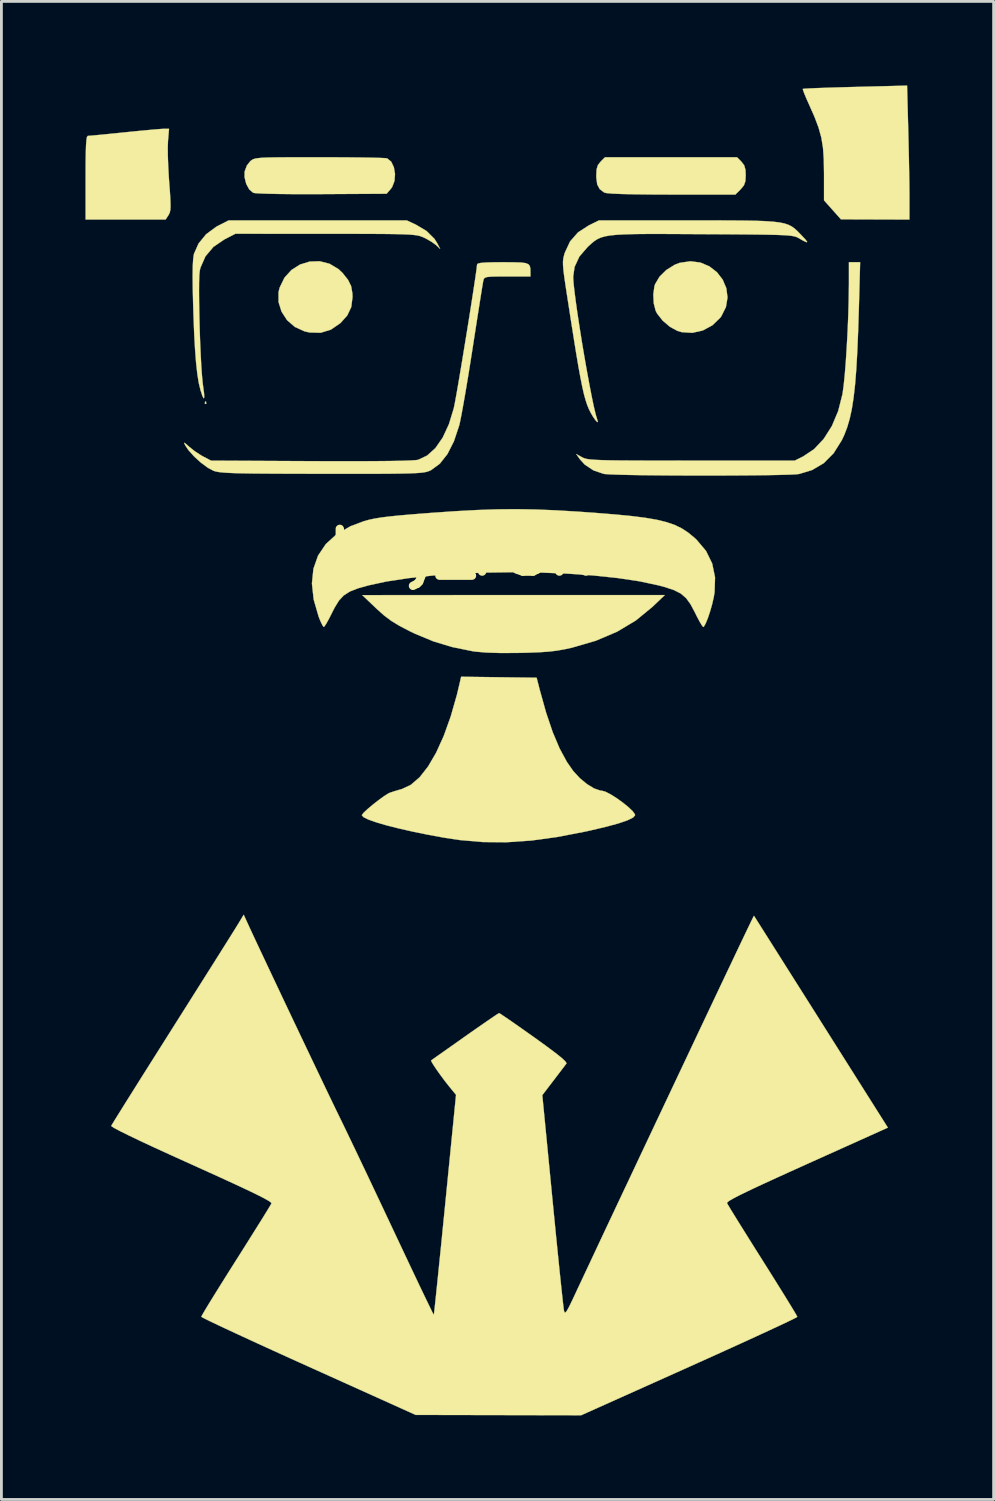
<source format=kicad_pcb>
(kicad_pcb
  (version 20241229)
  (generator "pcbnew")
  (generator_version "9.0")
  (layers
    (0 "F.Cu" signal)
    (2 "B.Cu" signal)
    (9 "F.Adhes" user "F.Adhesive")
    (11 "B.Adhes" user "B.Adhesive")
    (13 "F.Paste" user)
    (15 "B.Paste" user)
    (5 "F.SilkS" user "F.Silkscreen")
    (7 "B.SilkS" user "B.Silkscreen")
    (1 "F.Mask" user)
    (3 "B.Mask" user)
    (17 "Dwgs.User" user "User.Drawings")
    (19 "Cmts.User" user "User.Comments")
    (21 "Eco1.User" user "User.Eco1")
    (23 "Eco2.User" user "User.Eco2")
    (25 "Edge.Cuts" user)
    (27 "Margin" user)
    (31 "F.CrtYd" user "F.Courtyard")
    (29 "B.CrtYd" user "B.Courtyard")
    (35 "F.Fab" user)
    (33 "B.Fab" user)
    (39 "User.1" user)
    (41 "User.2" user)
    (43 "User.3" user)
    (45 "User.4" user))
  (footprint "boy_FSilk2"
    (layer "F.Cu")
    (at 14.737 16.659)
    (property "Reference" "boy_FSilk2" (at 0 0 0) (layer "F.SilkS") (effects (font (size 1.524 1.524) (thickness 0.3))))
    (attr through_hole)
    (fp_poly (pts (xy -10.435 -5.376) (xy -10.428 -5.301) (xy -10.435 -5.292) (xy -10.473 -5.3) (xy -10.477 -5.334) (xy -10.454 -5.386) (xy -10.435 -5.376)) (stroke (width 0.01) (type solid)) (fill yes) (layer "F.SilkS"))
    (fp_poly (pts (xy -6.027 -10.296) (xy -5.705 -10.104) (xy -5.561 -9.967) (xy -5.365 -9.72) (xy -5.255 -9.494) (xy -5.211 -9.237) (xy -5.207 -9.106) (xy -5.251 -8.753) (xy -5.393 -8.452) (xy -5.637 -8.18) (xy -5.978 -7.945) (xy -6.344 -7.833) (xy -6.742 -7.844) (xy -6.921 -7.885) (xy -7.263 -8.041) (xy -7.541 -8.282) (xy -7.739 -8.586) (xy -7.846 -8.927) (xy -7.847 -9.282) (xy -7.809 -9.441) (xy -7.636 -9.798) (xy -7.385 -10.075) (xy -7.078 -10.269) (xy -6.734 -10.374) (xy -6.377 -10.385) (xy -6.027 -10.296)) (stroke (width 0.01) (type solid)) (fill yes) (layer "F.SilkS"))
    (fp_poly (pts (xy 8.671 -13.941) (xy 8.771 -13.811) (xy 8.817 -13.65) (xy 8.826 -13.46) (xy 8.814 -13.243) (xy 8.762 -13.095) (xy 8.649 -12.958) (xy 8.641 -12.949) (xy 8.455 -12.764) (xy 6.18 -12.765) (xy 5.466 -12.768) (xy 4.877 -12.775) (xy 4.415 -12.785) (xy 4.077 -12.799) (xy 3.863 -12.818) (xy 3.778 -12.837) (xy 3.615 -12.96) (xy 3.526 -13.127) (xy 3.494 -13.373) (xy 3.493 -13.445) (xy 3.505 -13.671) (xy 3.553 -13.821) (xy 3.648 -13.941) (xy 3.804 -14.097) (xy 8.515 -14.097) (xy 8.671 -13.941)) (stroke (width 0.01) (type solid)) (fill yes) (layer "F.SilkS"))
    (fp_poly (pts (xy 5.489 1.955) (xy 4.902 2.436) (xy 4.234 2.835) (xy 3.477 3.157) (xy 2.624 3.405) (xy 2.338 3.467) (xy 2.071 3.513) (xy 1.791 3.546) (xy 1.466 3.568) (xy 1.066 3.584) (xy 0.762 3.591) (xy 0.107 3.596) (xy -0.424 3.58) (xy -0.83 3.545) (xy -0.921 3.531) (xy -1.651 3.382) (xy -2.316 3.181) (xy -2.97 2.91) (xy -3.16 2.819) (xy -3.527 2.628) (xy -3.818 2.452) (xy -4.074 2.26) (xy -4.338 2.025) (xy -4.367 1.997) (xy -4.858 1.529) (xy 5.937 1.528) (xy 5.489 1.955)) (stroke (width 0.01) (type solid)) (fill yes) (layer "F.SilkS"))
    (fp_poly (pts (xy 7.212 -10.338) (xy 7.531 -10.202) (xy 7.799 -9.994) (xy 8.004 -9.729) (xy 8.134 -9.423) (xy 8.176 -9.092) (xy 8.12 -8.753) (xy 7.954 -8.42) (xy 7.918 -8.372) (xy 7.636 -8.099) (xy 7.294 -7.916) (xy 6.92 -7.831) (xy 6.544 -7.855) (xy 6.39 -7.9) (xy 6.118 -8.048) (xy 5.862 -8.267) (xy 5.666 -8.515) (xy 5.612 -8.618) (xy 5.544 -8.884) (xy 5.528 -9.197) (xy 5.567 -9.488) (xy 5.592 -9.568) (xy 5.749 -9.834) (xy 5.995 -10.076) (xy 6.292 -10.261) (xy 6.466 -10.328) (xy 6.853 -10.385) (xy 7.212 -10.338)) (stroke (width 0.01) (type solid)) (fill yes) (layer "F.SilkS"))
    (fp_poly (pts (xy 14.626 -15.074) (xy 14.638 -14.58) (xy 14.649 -14.076) (xy 14.658 -13.592) (xy 14.665 -13.16) (xy 14.668 -12.809) (xy 14.668 -12.684) (xy 14.668 -11.874) (xy 13.446 -11.878) (xy 12.224 -11.882) (xy 11.922 -12.221) (xy 11.62 -12.56) (xy 11.62 -13.528) (xy 11.612 -14.028) (xy 11.583 -14.441) (xy 11.523 -14.805) (xy 11.425 -15.158) (xy 11.281 -15.54) (xy 11.097 -15.955) (xy 10.989 -16.196) (xy 10.909 -16.389) (xy 10.867 -16.51) (xy 10.865 -16.536) (xy 10.932 -16.544) (xy 11.111 -16.554) (xy 11.384 -16.566) (xy 11.736 -16.578) (xy 12.151 -16.591) (xy 12.613 -16.604) (xy 12.737 -16.607) (xy 14.584 -16.654) (xy 14.626 -15.074)) (stroke (width 0.01) (type solid)) (fill yes) (layer "F.SilkS"))
    (fp_poly (pts (xy -11.792 -14.675) (xy -11.8 -14.455) (xy -11.797 -14.143) (xy -11.784 -13.775) (xy -11.762 -13.385) (xy -11.75 -13.213) (xy -11.721 -12.825) (xy -11.705 -12.542) (xy -11.7 -12.344) (xy -11.709 -12.209) (xy -11.731 -12.116) (xy -11.767 -12.044) (xy -11.774 -12.032) (xy -11.877 -11.874) (xy -14.732 -11.874) (xy -14.732 -13.367) (xy -14.731 -13.859) (xy -14.726 -14.236) (xy -14.717 -14.512) (xy -14.704 -14.698) (xy -14.686 -14.809) (xy -14.661 -14.855) (xy -14.65 -14.859) (xy -14.564 -14.865) (xy -14.372 -14.883) (xy -14.096 -14.909) (xy -13.756 -14.943) (xy -13.373 -14.982) (xy -13.335 -14.986) (xy -12.942 -15.026) (xy -12.582 -15.06) (xy -12.278 -15.088) (xy -12.054 -15.106) (xy -11.932 -15.113) (xy -11.929 -15.113) (xy -11.755 -15.113) (xy -11.792 -14.675)) (stroke (width 0.01) (type solid)) (fill yes) (layer "F.SilkS"))
    (fp_poly (pts (xy -5.851 -14.096) (xy -5.356 -14.093) (xy -4.914 -14.088) (xy -4.539 -14.082) (xy -4.247 -14.075) (xy -4.053 -14.066) (xy -3.972 -14.058) (xy -3.826 -13.94) (xy -3.731 -13.741) (xy -3.69 -13.498) (xy -3.709 -13.25) (xy -3.793 -13.033) (xy -3.836 -12.973) (xy -3.989 -12.795) (xy -6.297 -12.782) (xy -6.867 -12.781) (xy -7.386 -12.782) (xy -7.842 -12.787) (xy -8.219 -12.795) (xy -8.506 -12.805) (xy -8.69 -12.818) (xy -8.75 -12.829) (xy -8.891 -12.947) (xy -9 -13.147) (xy -9.059 -13.386) (xy -9.057 -13.586) (xy -8.976 -13.803) (xy -8.857 -13.954) (xy -8.812 -13.991) (xy -8.762 -14.021) (xy -8.696 -14.045) (xy -8.599 -14.063) (xy -8.458 -14.077) (xy -8.262 -14.086) (xy -7.996 -14.092) (xy -7.647 -14.095) (xy -7.203 -14.097) (xy -6.65 -14.097) (xy -6.383 -14.097) (xy -5.851 -14.096)) (stroke (width 0.01) (type solid)) (fill yes) (layer "F.SilkS"))
    (fp_poly (pts (xy 0.017 4.46) (xy 1.364 4.477) (xy 1.478 4.921) (xy 1.704 5.73) (xy 1.938 6.421) (xy 2.184 7.002) (xy 2.444 7.483) (xy 2.67 7.807) (xy 2.903 8.06) (xy 3.161 8.274) (xy 3.416 8.429) (xy 3.637 8.505) (xy 3.69 8.509) (xy 3.821 8.545) (xy 4.008 8.642) (xy 4.225 8.779) (xy 4.446 8.938) (xy 4.645 9.1) (xy 4.796 9.245) (xy 4.873 9.355) (xy 4.878 9.385) (xy 4.803 9.47) (xy 4.606 9.566) (xy 4.287 9.675) (xy 3.843 9.796) (xy 3.275 9.93) (xy 3.121 9.964) (xy 2.102 10.161) (xy 1.166 10.289) (xy 0.287 10.349) (xy -0.556 10.342) (xy -1.389 10.269) (xy -1.926 10.188) (xy -2.52 10.079) (xy -3.072 9.966) (xy -3.573 9.852) (xy -4.009 9.741) (xy -4.369 9.635) (xy -4.641 9.539) (xy -4.813 9.454) (xy -4.874 9.385) (xy -4.872 9.376) (xy -4.809 9.295) (xy -4.669 9.164) (xy -4.483 9.007) (xy -4.278 8.847) (xy -4.084 8.706) (xy -3.929 8.608) (xy -3.873 8.582) (xy -3.709 8.527) (xy -3.499 8.465) (xy -3.447 8.451) (xy -3.125 8.3) (xy -2.811 8.029) (xy -2.509 7.644) (xy -2.221 7.15) (xy -1.951 6.555) (xy -1.703 5.863) (xy -1.48 5.083) (xy -1.37 4.618) (xy -1.33 4.442) (xy 0.017 4.46)) (stroke (width 0.01) (type solid)) (fill yes) (layer "F.SilkS"))
    (fp_poly (pts (xy -2.953 -11.696) (xy -2.567 -11.467) (xy -2.282 -11.185) (xy -2.177 -11.017) (xy -2.079 -10.827) (xy -2.23 -10.966) (xy -2.382 -11.078) (xy -2.586 -11.195) (xy -2.667 -11.234) (xy -2.735 -11.263) (xy -2.809 -11.288) (xy -2.898 -11.308) (xy -3.015 -11.324) (xy -3.17 -11.337) (xy -3.376 -11.347) (xy -3.642 -11.354) (xy -3.981 -11.359) (xy -4.404 -11.362) (xy -4.921 -11.364) (xy -5.545 -11.365) (xy -6.17 -11.365) (xy -9.387 -11.367) (xy -9.789 -11.159) (xy -10.172 -10.897) (xy -10.455 -10.561) (xy -10.632 -10.159) (xy -10.657 -10.057) (xy -10.673 -9.906) (xy -10.682 -9.649) (xy -10.684 -9.307) (xy -10.681 -8.9) (xy -10.673 -8.451) (xy -10.661 -7.98) (xy -10.645 -7.507) (xy -10.625 -7.054) (xy -10.603 -6.641) (xy -10.578 -6.29) (xy -10.552 -6.022) (xy -10.539 -5.927) (xy -10.504 -5.668) (xy -10.499 -5.523) (xy -10.519 -5.492) (xy -10.565 -5.581) (xy -10.632 -5.788) (xy -10.693 -6.041) (xy -10.744 -6.358) (xy -10.788 -6.748) (xy -10.825 -7.225) (xy -10.857 -7.799) (xy -10.883 -8.483) (xy -10.895 -8.858) (xy -10.908 -9.429) (xy -10.912 -9.883) (xy -10.907 -10.229) (xy -10.892 -10.478) (xy -10.868 -10.638) (xy -10.865 -10.649) (xy -10.7 -11.021) (xy -10.43 -11.35) (xy -10.075 -11.613) (xy -10.003 -11.652) (xy -9.629 -11.843) (xy -3.27 -11.843) (xy -2.953 -11.696)) (stroke (width 0.01) (type solid)) (fill yes) (layer "F.SilkS"))
    (fp_poly (pts (xy 12.865 -8.747) (xy 12.838 -7.893) (xy 12.807 -7.153) (xy 12.771 -6.517) (xy 12.727 -5.972) (xy 12.674 -5.505) (xy 12.611 -5.106) (xy 12.536 -4.762) (xy 12.448 -4.462) (xy 12.345 -4.192) (xy 12.253 -3.996) (xy 11.962 -3.533) (xy 11.611 -3.18) (xy 11.193 -2.934) (xy 10.728 -2.793) (xy 10.593 -2.78) (xy 10.348 -2.769) (xy 10.006 -2.76) (xy 9.584 -2.752) (xy 9.097 -2.746) (xy 8.559 -2.742) (xy 7.987 -2.739) (xy 7.396 -2.738) (xy 6.801 -2.739) (xy 6.217 -2.741) (xy 5.66 -2.746) (xy 5.145 -2.751) (xy 4.687 -2.759) (xy 4.302 -2.768) (xy 4.006 -2.779) (xy 3.813 -2.791) (xy 3.758 -2.798) (xy 3.392 -2.922) (xy 3.081 -3.129) (xy 2.913 -3.313) (xy 2.777 -3.505) (xy 2.992 -3.387) (xy 3.043 -3.363) (xy 3.106 -3.342) (xy 3.191 -3.324) (xy 3.307 -3.31) (xy 3.466 -3.298) (xy 3.676 -3.289) (xy 3.949 -3.282) (xy 4.295 -3.277) (xy 4.723 -3.274) (xy 5.245 -3.272) (xy 5.869 -3.271) (xy 6.607 -3.27) (xy 6.89 -3.27) (xy 10.573 -3.27) (xy 10.871 -3.417) (xy 11.264 -3.679) (xy 11.61 -4.047) (xy 11.901 -4.506) (xy 12.127 -5.043) (xy 12.278 -5.641) (xy 12.285 -5.683) (xy 12.324 -5.972) (xy 12.363 -6.364) (xy 12.4 -6.833) (xy 12.433 -7.357) (xy 12.463 -7.909) (xy 12.486 -8.467) (xy 12.501 -9.005) (xy 12.508 -9.499) (xy 12.509 -9.573) (xy 12.509 -10.351) (xy 12.909 -10.351) (xy 12.865 -8.747)) (stroke (width 0.01) (type solid)) (fill yes) (layer "F.SilkS"))
    (fp_poly (pts (xy 1.307 -1.527) (xy 2.032 -1.498) (xy 2.825 -1.451) (xy 3.461 -1.406) (xy 4.165 -1.349) (xy 4.757 -1.292) (xy 5.251 -1.229) (xy 5.662 -1.158) (xy 6.004 -1.074) (xy 6.292 -0.974) (xy 6.54 -0.854) (xy 6.762 -0.709) (xy 6.975 -0.536) (xy 7.074 -0.445) (xy 7.41 -0.047) (xy 7.629 0.401) (xy 7.731 0.895) (xy 7.714 1.431) (xy 7.686 1.598) (xy 7.627 1.856) (xy 7.552 2.119) (xy 7.471 2.359) (xy 7.394 2.546) (xy 7.333 2.653) (xy 7.311 2.667) (xy 7.264 2.614) (xy 7.179 2.471) (xy 7.07 2.265) (xy 7.014 2.15) (xy 6.857 1.855) (xy 6.699 1.637) (xy 6.512 1.475) (xy 6.269 1.351) (xy 5.943 1.242) (xy 5.71 1.18) (xy 5.033 1.036) (xy 4.252 0.919) (xy 3.389 0.828) (xy 2.464 0.763) (xy 1.499 0.724) (xy 0.512 0.712) (xy -0.473 0.725) (xy -1.437 0.765) (xy -2.359 0.832) (xy -3.218 0.925) (xy -3.994 1.043) (xy -4.63 1.18) (xy -5.016 1.288) (xy -5.302 1.401) (xy -5.518 1.539) (xy -5.689 1.722) (xy -5.843 1.971) (xy -5.934 2.15) (xy -6.049 2.378) (xy -6.148 2.555) (xy -6.215 2.654) (xy -6.231 2.667) (xy -6.276 2.612) (xy -6.346 2.47) (xy -6.414 2.302) (xy -6.593 1.685) (xy -6.655 1.113) (xy -6.602 0.59) (xy -6.436 0.119) (xy -6.158 -0.294) (xy -5.772 -0.645) (xy -5.279 -0.929) (xy -4.794 -1.111) (xy -4.615 -1.16) (xy -4.414 -1.203) (xy -4.173 -1.242) (xy -3.875 -1.279) (xy -3.505 -1.316) (xy -3.043 -1.356) (xy -2.473 -1.4) (xy -2.413 -1.405) (xy -1.547 -1.465) (xy -0.775 -1.507) (xy -0.063 -1.532) (xy 0.62 -1.538) (xy 1.307 -1.527)) (stroke (width 0.01) (type solid)) (fill yes) (layer "F.SilkS"))
    (fp_poly (pts (xy 7.521 -11.843) (xy 8.163 -11.842) (xy 8.7 -11.838) (xy 9.144 -11.831) (xy 9.505 -11.818) (xy 9.796 -11.798) (xy 10.026 -11.771) (xy 10.208 -11.734) (xy 10.351 -11.686) (xy 10.469 -11.626) (xy 10.571 -11.552) (xy 10.669 -11.463) (xy 10.773 -11.357) (xy 10.795 -11.334) (xy 10.956 -11.164) (xy 11.021 -11.076) (xy 10.99 -11.065) (xy 10.861 -11.128) (xy 10.751 -11.192) (xy 10.695 -11.224) (xy 10.637 -11.251) (xy 10.566 -11.273) (xy 10.471 -11.291) (xy 10.342 -11.306) (xy 10.166 -11.317) (xy 9.932 -11.326) (xy 9.631 -11.333) (xy 9.251 -11.339) (xy 8.78 -11.344) (xy 8.208 -11.348) (xy 7.523 -11.352) (xy 7.271 -11.353) (xy 6.509 -11.357) (xy 5.864 -11.36) (xy 5.323 -11.36) (xy 4.875 -11.356) (xy 4.51 -11.346) (xy 4.217 -11.33) (xy 3.983 -11.306) (xy 3.799 -11.273) (xy 3.652 -11.23) (xy 3.532 -11.175) (xy 3.427 -11.107) (xy 3.327 -11.026) (xy 3.22 -10.929) (xy 3.185 -10.896) (xy 2.89 -10.554) (xy 2.718 -10.184) (xy 2.668 -9.832) (xy 2.679 -9.633) (xy 2.711 -9.334) (xy 2.76 -8.952) (xy 2.823 -8.507) (xy 2.898 -8.018) (xy 2.98 -7.503) (xy 3.068 -6.98) (xy 3.158 -6.47) (xy 3.246 -5.991) (xy 3.329 -5.561) (xy 3.405 -5.199) (xy 3.47 -4.924) (xy 3.521 -4.754) (xy 3.524 -4.747) (xy 3.552 -4.649) (xy 3.521 -4.649) (xy 3.446 -4.736) (xy 3.369 -4.851) (xy 3.296 -4.976) (xy 3.23 -5.107) (xy 3.169 -5.255) (xy 3.111 -5.431) (xy 3.052 -5.646) (xy 2.992 -5.911) (xy 2.927 -6.237) (xy 2.854 -6.635) (xy 2.773 -7.117) (xy 2.68 -7.693) (xy 2.573 -8.374) (xy 2.47 -9.037) (xy 2.402 -9.478) (xy 2.353 -9.814) (xy 2.321 -10.064) (xy 2.306 -10.249) (xy 2.305 -10.387) (xy 2.319 -10.5) (xy 2.345 -10.607) (xy 2.369 -10.688) (xy 2.557 -11.092) (xy 2.841 -11.416) (xy 3.224 -11.664) (xy 3.588 -11.843) (xy 6.763 -11.843) (xy 7.521 -11.843)) (stroke (width 0.01) (type solid)) (fill yes) (layer "F.SilkS"))
    (fp_poly (pts (xy 0.526 -10.349) (xy 0.792 -10.341) (xy 0.968 -10.32) (xy 1.072 -10.278) (xy 1.124 -10.209) (xy 1.141 -10.107) (xy 1.143 -9.996) (xy 1.143 -9.842) (xy 0.319 -9.842) (xy -0.018 -9.842) (xy -0.249 -9.837) (xy -0.395 -9.824) (xy -0.478 -9.8) (xy -0.518 -9.761) (xy -0.537 -9.705) (xy -0.538 -9.7) (xy -0.555 -9.606) (xy -0.589 -9.401) (xy -0.637 -9.101) (xy -0.697 -8.721) (xy -0.767 -8.276) (xy -0.844 -7.781) (xy -0.923 -7.271) (xy -1.009 -6.724) (xy -1.094 -6.198) (xy -1.176 -5.711) (xy -1.251 -5.28) (xy -1.316 -4.923) (xy -1.369 -4.659) (xy -1.401 -4.521) (xy -1.588 -3.96) (xy -1.819 -3.505) (xy -2.09 -3.162) (xy -2.397 -2.935) (xy -2.442 -2.913) (xy -2.504 -2.888) (xy -2.576 -2.867) (xy -2.67 -2.85) (xy -2.796 -2.835) (xy -2.965 -2.824) (xy -3.186 -2.815) (xy -3.471 -2.809) (xy -3.83 -2.804) (xy -4.273 -2.801) (xy -4.81 -2.8) (xy -5.453 -2.8) (xy -6.211 -2.8) (xy -6.287 -2.8) (xy -7.068 -2.802) (xy -7.733 -2.804) (xy -8.291 -2.807) (xy -8.754 -2.811) (xy -9.13 -2.817) (xy -9.43 -2.825) (xy -9.665 -2.835) (xy -9.845 -2.848) (xy -9.98 -2.863) (xy -10.081 -2.882) (xy -10.156 -2.904) (xy -10.158 -2.904) (xy -10.369 -3.015) (xy -10.615 -3.197) (xy -10.858 -3.418) (xy -11.061 -3.644) (xy -11.174 -3.812) (xy -11.214 -3.898) (xy -11.197 -3.906) (xy -11.109 -3.831) (xy -11.041 -3.769) (xy -10.846 -3.613) (xy -10.616 -3.462) (xy -10.541 -3.42) (xy -10.255 -3.27) (xy -6.682 -3.252) (xy -5.83 -3.249) (xy -5.076 -3.249) (xy -4.424 -3.252) (xy -3.879 -3.257) (xy -3.446 -3.265) (xy -3.127 -3.276) (xy -2.929 -3.29) (xy -2.868 -3.299) (xy -2.544 -3.451) (xy -2.248 -3.718) (xy -1.988 -4.093) (xy -1.768 -4.566) (xy -1.596 -5.127) (xy -1.588 -5.162) (xy -1.557 -5.314) (xy -1.51 -5.568) (xy -1.451 -5.905) (xy -1.382 -6.309) (xy -1.306 -6.763) (xy -1.226 -7.249) (xy -1.144 -7.75) (xy -1.063 -8.25) (xy -0.987 -8.731) (xy -0.918 -9.176) (xy -0.858 -9.568) (xy -0.81 -9.89) (xy -0.777 -10.125) (xy -0.763 -10.256) (xy -0.762 -10.269) (xy -0.731 -10.303) (xy -0.629 -10.326) (xy -0.441 -10.341) (xy -0.153 -10.349) (xy 0.152 -10.351) (xy 0.526 -10.349)) (stroke (width 0.01) (type solid)) (fill yes) (layer "F.SilkS"))
    (fp_poly (pts (xy -8.904 13.342) (xy -8.784 13.601) (xy -8.618 13.956) (xy -8.414 14.39) (xy -8.179 14.889) (xy -7.92 15.437) (xy -7.645 16.02) (xy -7.36 16.621) (xy -7.073 17.225) (xy -6.791 17.818) (xy -6.522 18.383) (xy -6.272 18.906) (xy -6.05 19.371) (xy -5.861 19.763) (xy -5.714 20.067) (xy -5.637 20.225) (xy -5.516 20.473) (xy -5.349 20.821) (xy -5.142 21.252) (xy -4.904 21.752) (xy -4.641 22.305) (xy -4.362 22.895) (xy -4.073 23.507) (xy -3.782 24.125) (xy -3.744 24.206) (xy -3.472 24.783) (xy -3.217 25.324) (xy -2.983 25.818) (xy -2.776 26.254) (xy -2.6 26.621) (xy -2.46 26.91) (xy -2.363 27.109) (xy -2.311 27.209) (xy -2.305 27.218) (xy -2.296 27.154) (xy -2.276 26.974) (xy -2.245 26.689) (xy -2.206 26.31) (xy -2.158 25.848) (xy -2.104 25.314) (xy -2.043 24.718) (xy -1.979 24.072) (xy -1.91 23.385) (xy -1.9 23.282) (xy -1.512 19.363) (xy -1.749 19.075) (xy -1.905 18.877) (xy -2.065 18.662) (xy -2.211 18.457) (xy -2.326 18.284) (xy -2.393 18.169) (xy -2.402 18.135) (xy -2.346 18.096) (xy -2.202 17.994) (xy -1.983 17.84) (xy -1.706 17.644) (xy -1.384 17.417) (xy -1.195 17.283) (xy -0.855 17.044) (xy -0.549 16.832) (xy -0.294 16.656) (xy -0.105 16.528) (xy 0.005 16.457) (xy 0.025 16.447) (xy 0.085 16.482) (xy 0.232 16.581) (xy 0.454 16.733) (xy 0.734 16.928) (xy 1.058 17.157) (xy 1.272 17.308) (xy 1.7 17.617) (xy 2.026 17.86) (xy 2.254 18.042) (xy 2.387 18.166) (xy 2.431 18.235) (xy 2.428 18.245) (xy 2.367 18.325) (xy 2.249 18.48) (xy 2.091 18.687) (xy 1.969 18.848) (xy 1.566 19.375) (xy 1.932 23.134) (xy 1.999 23.816) (xy 2.063 24.465) (xy 2.124 25.068) (xy 2.179 25.613) (xy 2.229 26.09) (xy 2.271 26.485) (xy 2.304 26.788) (xy 2.328 26.987) (xy 2.34 27.068) (xy 2.362 27.127) (xy 2.393 27.131) (xy 2.444 27.069) (xy 2.522 26.928) (xy 2.636 26.693) (xy 2.758 26.433) (xy 2.859 26.216) (xy 3.008 25.899) (xy 3.197 25.496) (xy 3.42 25.021) (xy 3.669 24.49) (xy 3.939 23.916) (xy 4.222 23.315) (xy 4.512 22.7) (xy 4.587 22.543) (xy 5.209 21.222) (xy 5.779 20.014) (xy 6.299 18.913) (xy 6.769 17.918) (xy 7.19 17.025) (xy 7.566 16.231) (xy 7.897 15.531) (xy 8.185 14.924) (xy 8.431 14.406) (xy 8.636 13.973) (xy 8.804 13.622) (xy 8.934 13.35) (xy 9.028 13.155) (xy 9.089 13.031) (xy 9.117 12.977) (xy 9.12 12.974) (xy 9.155 13.028) (xy 9.252 13.181) (xy 9.406 13.424) (xy 9.611 13.749) (xy 9.863 14.147) (xy 10.155 14.609) (xy 10.482 15.127) (xy 10.839 15.691) (xy 11.221 16.295) (xy 11.514 16.759) (xy 13.898 20.533) (xy 11.01 21.833) (xy 10.322 22.144) (xy 9.743 22.408) (xy 9.266 22.628) (xy 8.885 22.809) (xy 8.591 22.952) (xy 8.379 23.063) (xy 8.241 23.143) (xy 8.17 23.198) (xy 8.158 23.226) (xy 8.199 23.3) (xy 8.3 23.468) (xy 8.454 23.718) (xy 8.652 24.037) (xy 8.887 24.413) (xy 9.15 24.833) (xy 9.431 25.278) (xy 9.713 25.726) (xy 9.973 26.142) (xy 10.203 26.511) (xy 10.394 26.823) (xy 10.541 27.064) (xy 10.634 27.222) (xy 10.666 27.286) (xy 10.666 27.286) (xy 10.61 27.32) (xy 10.447 27.401) (xy 10.187 27.526) (xy 9.839 27.688) (xy 9.414 27.885) (xy 8.92 28.112) (xy 8.368 28.364) (xy 7.766 28.637) (xy 7.124 28.926) (xy 6.809 29.068) (xy 2.953 30.798) (xy -2.953 30.786) (xy -6.777 29.061) (xy -7.431 28.766) (xy -8.05 28.484) (xy -8.624 28.222) (xy -9.144 27.982) (xy -9.599 27.771) (xy -9.982 27.591) (xy -10.281 27.449) (xy -10.487 27.347) (xy -10.592 27.291) (xy -10.603 27.282) (xy -10.57 27.217) (xy -10.477 27.058) (xy -10.331 26.816) (xy -10.139 26.505) (xy -9.909 26.135) (xy -9.649 25.72) (xy -9.368 25.276) (xy -9.084 24.827) (xy -8.821 24.408) (xy -8.587 24.035) (xy -8.389 23.718) (xy -8.237 23.471) (xy -8.137 23.306) (xy -8.098 23.236) (xy -8.122 23.2) (xy -8.215 23.137) (xy -8.383 23.043) (xy -8.632 22.917) (xy -8.97 22.754) (xy -9.402 22.552) (xy -9.935 22.307) (xy -10.575 22.017) (xy -10.955 21.845) (xy -11.654 21.529) (xy -12.263 21.25) (xy -12.778 21.01) (xy -13.194 20.811) (xy -13.508 20.655) (xy -13.715 20.545) (xy -13.81 20.481) (xy -13.817 20.47) (xy -13.778 20.404) (xy -13.678 20.24) (xy -13.521 19.988) (xy -13.314 19.656) (xy -13.062 19.255) (xy -12.772 18.792) (xy -12.448 18.279) (xy -12.097 17.723) (xy -11.725 17.134) (xy -11.645 17.007) (xy -11.263 16.403) (xy -10.897 15.823) (xy -10.552 15.277) (xy -10.235 14.775) (xy -9.953 14.327) (xy -9.712 13.944) (xy -9.519 13.636) (xy -9.38 13.414) (xy -9.302 13.287) (xy -9.296 13.279) (xy -9.09 12.936) (xy -8.904 13.342)) (stroke (width 0.01) (type solid)) (fill yes) (layer "F.SilkS")))
  (gr_rect
    (start -3 -3)
    (end 32.41 50.462)
    (stroke (width 0.1) (type default))
    (fill no)
    (layer "Edge.Cuts")))
</source>
